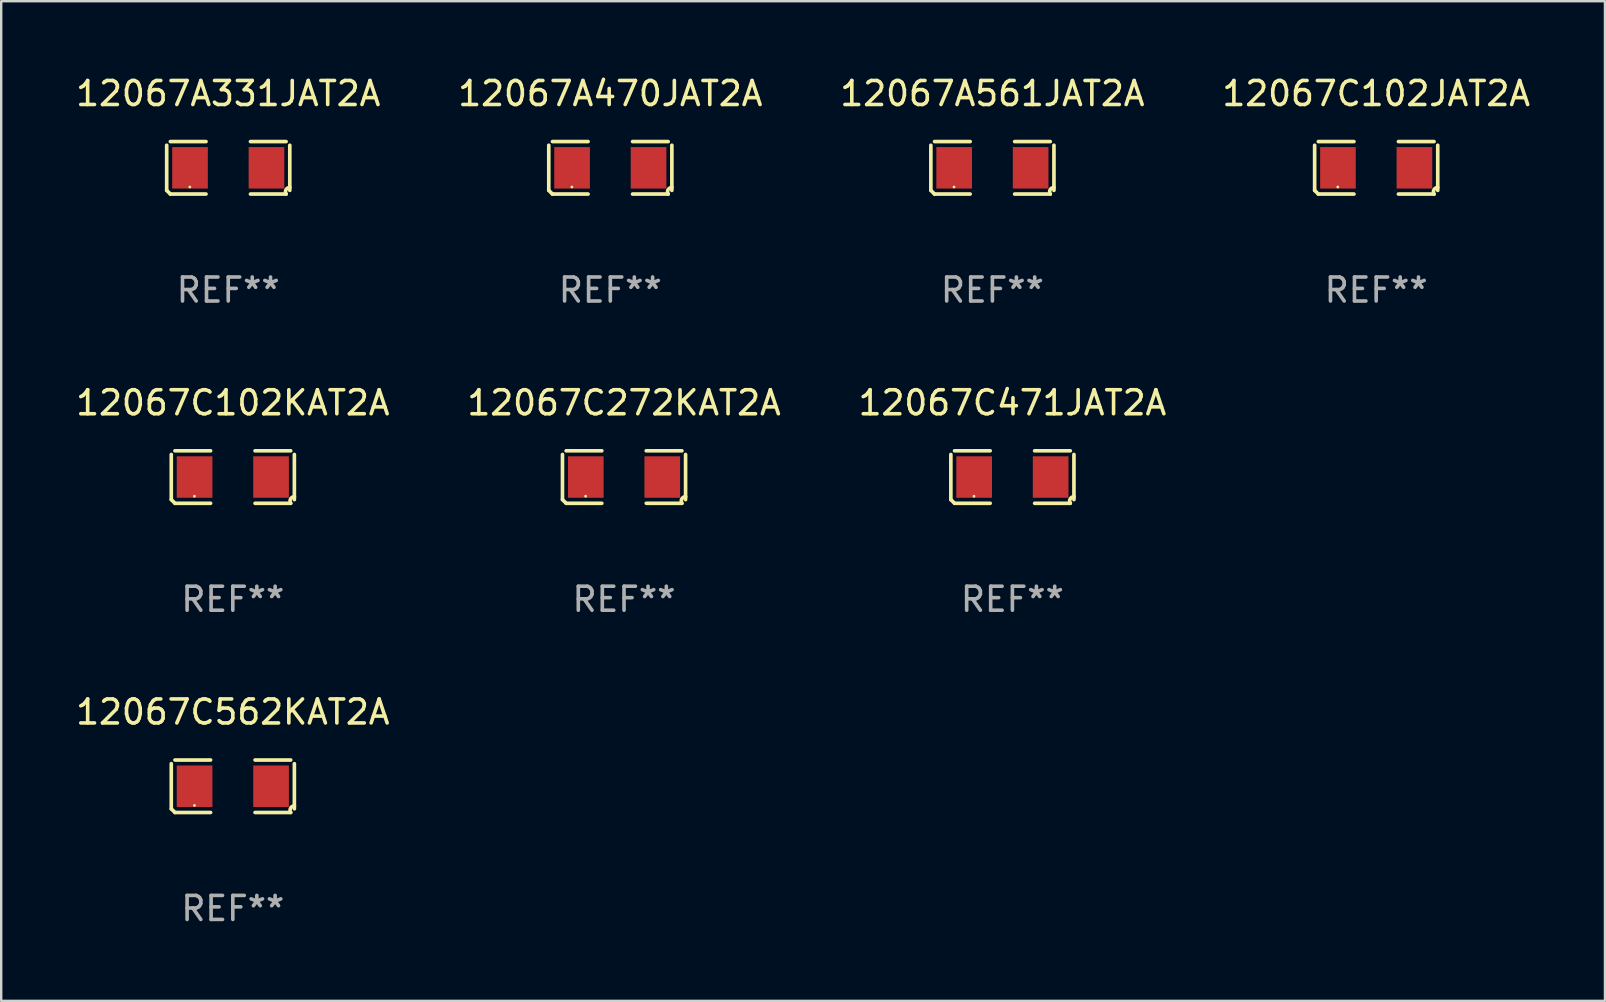
<source format=kicad_pcb>
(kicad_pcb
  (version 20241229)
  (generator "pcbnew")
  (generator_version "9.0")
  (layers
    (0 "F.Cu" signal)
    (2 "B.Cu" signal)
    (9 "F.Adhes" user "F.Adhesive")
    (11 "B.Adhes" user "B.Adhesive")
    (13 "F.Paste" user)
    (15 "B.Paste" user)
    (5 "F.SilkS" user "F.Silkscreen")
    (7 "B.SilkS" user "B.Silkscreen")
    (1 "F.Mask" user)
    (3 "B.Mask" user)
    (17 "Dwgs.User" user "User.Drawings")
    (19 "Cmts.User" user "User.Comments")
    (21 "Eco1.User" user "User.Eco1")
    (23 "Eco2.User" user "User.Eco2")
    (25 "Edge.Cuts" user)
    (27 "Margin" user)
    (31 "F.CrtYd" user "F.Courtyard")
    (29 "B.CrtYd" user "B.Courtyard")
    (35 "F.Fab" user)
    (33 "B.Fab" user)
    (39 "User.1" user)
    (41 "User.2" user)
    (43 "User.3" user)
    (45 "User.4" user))
  (footprint "12067A331JAT2A"
    (layer "F.Cu")
    (at 6.458 3.941)
    (property "Reference" "12067A331JAT2A" (at 0 -3.093 0) (layer "F.SilkS") (effects (font (size 1 1) (thickness 0.15))))
    (attr through_hole)
    (fp_line (start -2.564 0.94) (end -2.564 -0.94) (stroke (width 0.152) (type solid)) (layer "F.SilkS"))
    (fp_line (start -2.411 -1.093) (end -0.926 -1.093) (stroke (width 0.152) (type solid)) (layer "F.SilkS"))
    (fp_line (start -0.926 1.093) (end -2.411 1.093) (stroke (width 0.152) (type solid)) (layer "F.SilkS"))
    (fp_line (start 0.926 1.093) (end 2.411 1.093) (stroke (width 0.152) (type solid)) (layer "F.SilkS"))
    (fp_line (start 2.411 -1.093) (end 0.926 -1.093) (stroke (width 0.152) (type solid)) (layer "F.SilkS"))
    (fp_line (start 2.564 0.94) (end 2.564 -0.94) (stroke (width 0.152) (type solid)) (layer "F.SilkS"))
    (fp_arc (start -2.411201 1.092609) (mid -2.487413 1.01642) (end -2.563602 0.940208) (stroke (width 0.1524) (type solid)) (layer "F.SilkS"))
    (fp_arc (start 2.411201 1.092609) (mid 2.407159 0.911226) (end 2.563602 0.819347) (stroke (width 0.1524) (type solid)) (layer "F.SilkS"))
    (fp_circle (center -1.6 0.8) (end -1.57 0.8) (stroke (width 0.06) (type solid)) (fill no) (layer "F.SilkS"))
    (fp_text user "REF**" (at 0 5.093 0) (layer "F.Fab") (effects (font (size 1 1) (thickness 0.15))))
    (pad "1" smd rect (at -1.593 0) (size 1.485 1.728) (layers "F.Cu" "F.Mask" "F.Paste"))
    (pad "2" smd rect (at 1.593 0) (size 1.485 1.728) (layers "F.Cu" "F.Mask" "F.Paste")))
  (footprint "12067A470JAT2A"
    (layer "F.Cu")
    (at 22.375 3.941)
    (property "Reference" "12067A470JAT2A" (at 0 -3.093 0) (layer "F.SilkS") (effects (font (size 1 1) (thickness 0.15))))
    (attr through_hole)
    (fp_line (start -2.564 0.94) (end -2.564 -0.94) (stroke (width 0.152) (type solid)) (layer "F.SilkS"))
    (fp_line (start -2.411 -1.093) (end -0.926 -1.093) (stroke (width 0.152) (type solid)) (layer "F.SilkS"))
    (fp_line (start -0.926 1.093) (end -2.411 1.093) (stroke (width 0.152) (type solid)) (layer "F.SilkS"))
    (fp_line (start 0.926 1.093) (end 2.411 1.093) (stroke (width 0.152) (type solid)) (layer "F.SilkS"))
    (fp_line (start 2.411 -1.093) (end 0.926 -1.093) (stroke (width 0.152) (type solid)) (layer "F.SilkS"))
    (fp_line (start 2.564 0.94) (end 2.564 -0.94) (stroke (width 0.152) (type solid)) (layer "F.SilkS"))
    (fp_arc (start -2.411201 1.092609) (mid -2.487413 1.01642) (end -2.563602 0.940208) (stroke (width 0.1524) (type solid)) (layer "F.SilkS"))
    (fp_arc (start 2.411201 1.092609) (mid 2.407159 0.911226) (end 2.563602 0.819347) (stroke (width 0.1524) (type solid)) (layer "F.SilkS"))
    (fp_circle (center -1.6 0.8) (end -1.57 0.8) (stroke (width 0.06) (type solid)) (fill no) (layer "F.SilkS"))
    (fp_text user "REF**" (at 0 5.093 0) (layer "F.Fab") (effects (font (size 1 1) (thickness 0.15))))
    (pad "1" smd rect (at -1.593 0) (size 1.485 1.728) (layers "F.Cu" "F.Mask" "F.Paste"))
    (pad "2" smd rect (at 1.593 0) (size 1.485 1.728) (layers "F.Cu" "F.Mask" "F.Paste")))
  (footprint "12067C562KAT2A"
    (layer "F.Cu")
    (at 6.649 29.704)
    (property "Reference" "12067C562KAT2A" (at 0 -3.093 0) (layer "F.SilkS") (effects (font (size 1 1) (thickness 0.15))))
    (attr through_hole)
    (fp_line (start -2.564 0.94) (end -2.564 -0.94) (stroke (width 0.152) (type solid)) (layer "F.SilkS"))
    (fp_line (start -2.411 -1.093) (end -0.926 -1.093) (stroke (width 0.152) (type solid)) (layer "F.SilkS"))
    (fp_line (start -0.926 1.093) (end -2.411 1.093) (stroke (width 0.152) (type solid)) (layer "F.SilkS"))
    (fp_line (start 0.926 1.093) (end 2.411 1.093) (stroke (width 0.152) (type solid)) (layer "F.SilkS"))
    (fp_line (start 2.411 -1.093) (end 0.926 -1.093) (stroke (width 0.152) (type solid)) (layer "F.SilkS"))
    (fp_line (start 2.564 0.94) (end 2.564 -0.94) (stroke (width 0.152) (type solid)) (layer "F.SilkS"))
    (fp_arc (start -2.411201 1.092609) (mid -2.487413 1.01642) (end -2.563602 0.940208) (stroke (width 0.1524) (type solid)) (layer "F.SilkS"))
    (fp_arc (start 2.411201 1.092609) (mid 2.407159 0.911226) (end 2.563602 0.819347) (stroke (width 0.1524) (type solid)) (layer "F.SilkS"))
    (fp_circle (center -1.6 0.8) (end -1.57 0.8) (stroke (width 0.06) (type solid)) (fill no) (layer "F.SilkS"))
    (fp_text user "REF**" (at 0 5.093 0) (layer "F.Fab") (effects (font (size 1 1) (thickness 0.15))))
    (pad "1" smd rect (at -1.593 0) (size 1.485 1.728) (layers "F.Cu" "F.Mask" "F.Paste"))
    (pad "2" smd rect (at 1.593 0) (size 1.485 1.728) (layers "F.Cu" "F.Mask" "F.Paste")))
  (footprint "12067A561JAT2A"
    (layer "F.Cu")
    (at 38.292 3.941)
    (property "Reference" "12067A561JAT2A" (at 0 -3.093 0) (layer "F.SilkS") (effects (font (size 1 1) (thickness 0.15))))
    (attr through_hole)
    (fp_line (start -2.564 0.94) (end -2.564 -0.94) (stroke (width 0.152) (type solid)) (layer "F.SilkS"))
    (fp_line (start -2.411 -1.093) (end -0.926 -1.093) (stroke (width 0.152) (type solid)) (layer "F.SilkS"))
    (fp_line (start -0.926 1.093) (end -2.411 1.093) (stroke (width 0.152) (type solid)) (layer "F.SilkS"))
    (fp_line (start 0.926 1.093) (end 2.411 1.093) (stroke (width 0.152) (type solid)) (layer "F.SilkS"))
    (fp_line (start 2.411 -1.093) (end 0.926 -1.093) (stroke (width 0.152) (type solid)) (layer "F.SilkS"))
    (fp_line (start 2.564 0.94) (end 2.564 -0.94) (stroke (width 0.152) (type solid)) (layer "F.SilkS"))
    (fp_arc (start -2.411201 1.092609) (mid -2.487413 1.01642) (end -2.563602 0.940208) (stroke (width 0.1524) (type solid)) (layer "F.SilkS"))
    (fp_arc (start 2.411201 1.092609) (mid 2.407159 0.911226) (end 2.563602 0.819347) (stroke (width 0.1524) (type solid)) (layer "F.SilkS"))
    (fp_circle (center -1.6 0.8) (end -1.57 0.8) (stroke (width 0.06) (type solid)) (fill no) (layer "F.SilkS"))
    (fp_text user "REF**" (at 0 5.093 0) (layer "F.Fab") (effects (font (size 1 1) (thickness 0.15))))
    (pad "1" smd rect (at -1.593 0) (size 1.485 1.728) (layers "F.Cu" "F.Mask" "F.Paste"))
    (pad "2" smd rect (at 1.593 0) (size 1.485 1.728) (layers "F.Cu" "F.Mask" "F.Paste")))
  (footprint "12067C102KAT2A"
    (layer "F.Cu")
    (at 6.649 16.823)
    (property "Reference" "12067C102KAT2A" (at 0 -3.093 0) (layer "F.SilkS") (effects (font (size 1 1) (thickness 0.15))))
    (attr through_hole)
    (fp_line (start -2.564 0.94) (end -2.564 -0.94) (stroke (width 0.152) (type solid)) (layer "F.SilkS"))
    (fp_line (start -2.411 -1.093) (end -0.926 -1.093) (stroke (width 0.152) (type solid)) (layer "F.SilkS"))
    (fp_line (start -0.926 1.093) (end -2.411 1.093) (stroke (width 0.152) (type solid)) (layer "F.SilkS"))
    (fp_line (start 0.926 1.093) (end 2.411 1.093) (stroke (width 0.152) (type solid)) (layer "F.SilkS"))
    (fp_line (start 2.411 -1.093) (end 0.926 -1.093) (stroke (width 0.152) (type solid)) (layer "F.SilkS"))
    (fp_line (start 2.564 0.94) (end 2.564 -0.94) (stroke (width 0.152) (type solid)) (layer "F.SilkS"))
    (fp_arc (start -2.411201 1.092609) (mid -2.487413 1.01642) (end -2.563602 0.940208) (stroke (width 0.1524) (type solid)) (layer "F.SilkS"))
    (fp_arc (start 2.411201 1.092609) (mid 2.407159 0.911226) (end 2.563602 0.819347) (stroke (width 0.1524) (type solid)) (layer "F.SilkS"))
    (fp_circle (center -1.6 0.8) (end -1.57 0.8) (stroke (width 0.06) (type solid)) (fill no) (layer "F.SilkS"))
    (fp_text user "REF**" (at 0 5.093 0) (layer "F.Fab") (effects (font (size 1 1) (thickness 0.15))))
    (pad "1" smd rect (at -1.593 0) (size 1.485 1.728) (layers "F.Cu" "F.Mask" "F.Paste"))
    (pad "2" smd rect (at 1.593 0) (size 1.485 1.728) (layers "F.Cu" "F.Mask" "F.Paste")))
  (footprint "12067C272KAT2A"
    (layer "F.Cu")
    (at 22.946 16.823)
    (property "Reference" "12067C272KAT2A" (at 0 -3.093 0) (layer "F.SilkS") (effects (font (size 1 1) (thickness 0.15))))
    (attr through_hole)
    (fp_line (start -2.564 0.94) (end -2.564 -0.94) (stroke (width 0.152) (type solid)) (layer "F.SilkS"))
    (fp_line (start -2.411 -1.093) (end -0.926 -1.093) (stroke (width 0.152) (type solid)) (layer "F.SilkS"))
    (fp_line (start -0.926 1.093) (end -2.411 1.093) (stroke (width 0.152) (type solid)) (layer "F.SilkS"))
    (fp_line (start 0.926 1.093) (end 2.411 1.093) (stroke (width 0.152) (type solid)) (layer "F.SilkS"))
    (fp_line (start 2.411 -1.093) (end 0.926 -1.093) (stroke (width 0.152) (type solid)) (layer "F.SilkS"))
    (fp_line (start 2.564 0.94) (end 2.564 -0.94) (stroke (width 0.152) (type solid)) (layer "F.SilkS"))
    (fp_arc (start -2.411201 1.092609) (mid -2.487413 1.01642) (end -2.563602 0.940208) (stroke (width 0.1524) (type solid)) (layer "F.SilkS"))
    (fp_arc (start 2.411201 1.092609) (mid 2.407159 0.911226) (end 2.563602 0.819347) (stroke (width 0.1524) (type solid)) (layer "F.SilkS"))
    (fp_circle (center -1.6 0.8) (end -1.57 0.8) (stroke (width 0.06) (type solid)) (fill no) (layer "F.SilkS"))
    (fp_text user "REF**" (at 0 5.093 0) (layer "F.Fab") (effects (font (size 1 1) (thickness 0.15))))
    (pad "1" smd rect (at -1.593 0) (size 1.485 1.728) (layers "F.Cu" "F.Mask" "F.Paste"))
    (pad "2" smd rect (at 1.593 0) (size 1.485 1.728) (layers "F.Cu" "F.Mask" "F.Paste")))
  (footprint "12067C102JAT2A"
    (layer "F.Cu")
    (at 54.28 3.941)
    (property "Reference" "12067C102JAT2A" (at 0 -3.093 0) (layer "F.SilkS") (effects (font (size 1 1) (thickness 0.15))))
    (attr through_hole)
    (fp_line (start -2.564 0.94) (end -2.564 -0.94) (stroke (width 0.152) (type solid)) (layer "F.SilkS"))
    (fp_line (start -2.411 -1.093) (end -0.926 -1.093) (stroke (width 0.152) (type solid)) (layer "F.SilkS"))
    (fp_line (start -0.926 1.093) (end -2.411 1.093) (stroke (width 0.152) (type solid)) (layer "F.SilkS"))
    (fp_line (start 0.926 1.093) (end 2.411 1.093) (stroke (width 0.152) (type solid)) (layer "F.SilkS"))
    (fp_line (start 2.411 -1.093) (end 0.926 -1.093) (stroke (width 0.152) (type solid)) (layer "F.SilkS"))
    (fp_line (start 2.564 0.94) (end 2.564 -0.94) (stroke (width 0.152) (type solid)) (layer "F.SilkS"))
    (fp_arc (start -2.411201 1.092609) (mid -2.487413 1.01642) (end -2.563602 0.940208) (stroke (width 0.1524) (type solid)) (layer "F.SilkS"))
    (fp_arc (start 2.411201 1.092609) (mid 2.407159 0.911226) (end 2.563602 0.819347) (stroke (width 0.1524) (type solid)) (layer "F.SilkS"))
    (fp_circle (center -1.6 0.8) (end -1.57 0.8) (stroke (width 0.06) (type solid)) (fill no) (layer "F.SilkS"))
    (fp_text user "REF**" (at 0 5.093 0) (layer "F.Fab") (effects (font (size 1 1) (thickness 0.15))))
    (pad "1" smd rect (at -1.593 0) (size 1.485 1.728) (layers "F.Cu" "F.Mask" "F.Paste"))
    (pad "2" smd rect (at 1.593 0) (size 1.485 1.728) (layers "F.Cu" "F.Mask" "F.Paste")))
  (footprint "12067C471JAT2A"
    (layer "F.Cu")
    (at 39.125 16.823)
    (property "Reference" "12067C471JAT2A" (at 0 -3.093 0) (layer "F.SilkS") (effects (font (size 1 1) (thickness 0.15))))
    (attr through_hole)
    (fp_line (start -2.564 0.94) (end -2.564 -0.94) (stroke (width 0.152) (type solid)) (layer "F.SilkS"))
    (fp_line (start -2.411 -1.093) (end -0.926 -1.093) (stroke (width 0.152) (type solid)) (layer "F.SilkS"))
    (fp_line (start -0.926 1.093) (end -2.411 1.093) (stroke (width 0.152) (type solid)) (layer "F.SilkS"))
    (fp_line (start 0.926 1.093) (end 2.411 1.093) (stroke (width 0.152) (type solid)) (layer "F.SilkS"))
    (fp_line (start 2.411 -1.093) (end 0.926 -1.093) (stroke (width 0.152) (type solid)) (layer "F.SilkS"))
    (fp_line (start 2.564 0.94) (end 2.564 -0.94) (stroke (width 0.152) (type solid)) (layer "F.SilkS"))
    (fp_arc (start -2.411201 1.092609) (mid -2.487413 1.01642) (end -2.563602 0.940208) (stroke (width 0.1524) (type solid)) (layer "F.SilkS"))
    (fp_arc (start 2.411201 1.092609) (mid 2.407159 0.911226) (end 2.563602 0.819347) (stroke (width 0.1524) (type solid)) (layer "F.SilkS"))
    (fp_circle (center -1.6 0.8) (end -1.57 0.8) (stroke (width 0.06) (type solid)) (fill no) (layer "F.SilkS"))
    (fp_text user "REF**" (at 0 5.093 0) (layer "F.Fab") (effects (font (size 1 1) (thickness 0.15))))
    (pad "1" smd rect (at -1.593 0) (size 1.485 1.728) (layers "F.Cu" "F.Mask" "F.Paste"))
    (pad "2" smd rect (at 1.593 0) (size 1.485 1.728) (layers "F.Cu" "F.Mask" "F.Paste")))
  (gr_rect
    (start -3 -3)
    (end 63.81 38.645)
    (stroke (width 0.1) (type default))
    (fill no)
    (layer "Edge.Cuts")))
</source>
